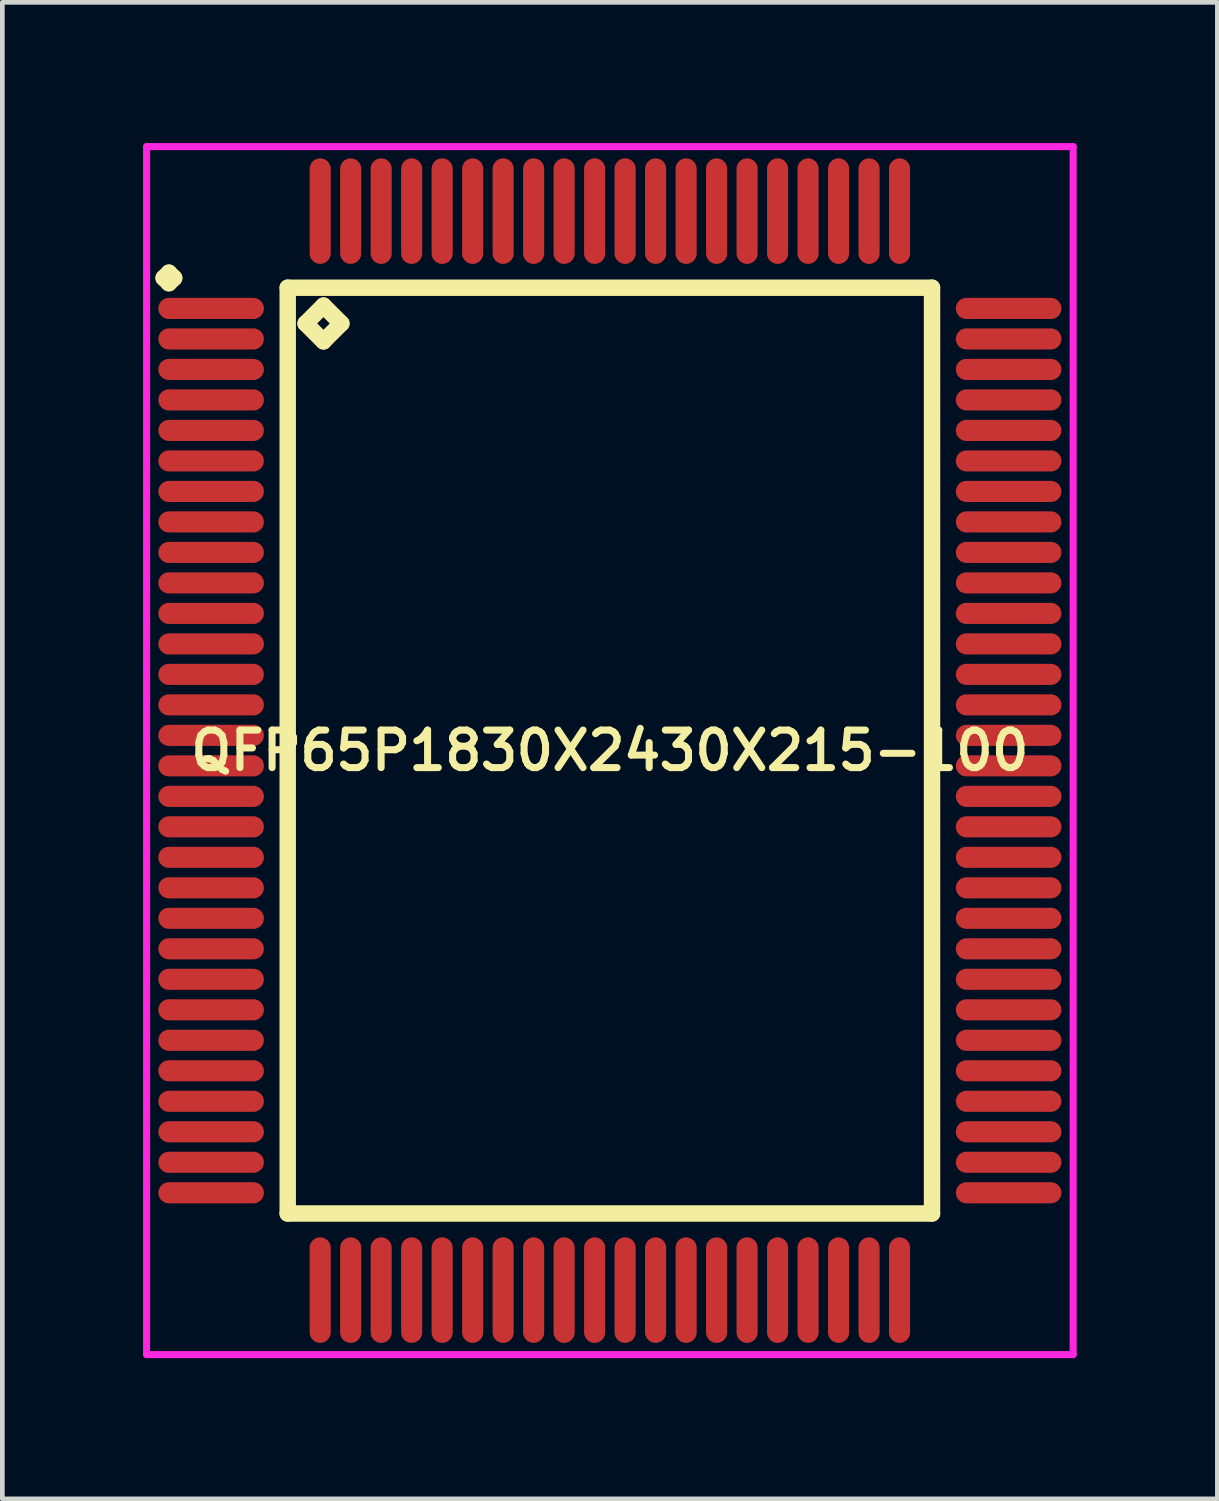
<source format=kicad_pcb>
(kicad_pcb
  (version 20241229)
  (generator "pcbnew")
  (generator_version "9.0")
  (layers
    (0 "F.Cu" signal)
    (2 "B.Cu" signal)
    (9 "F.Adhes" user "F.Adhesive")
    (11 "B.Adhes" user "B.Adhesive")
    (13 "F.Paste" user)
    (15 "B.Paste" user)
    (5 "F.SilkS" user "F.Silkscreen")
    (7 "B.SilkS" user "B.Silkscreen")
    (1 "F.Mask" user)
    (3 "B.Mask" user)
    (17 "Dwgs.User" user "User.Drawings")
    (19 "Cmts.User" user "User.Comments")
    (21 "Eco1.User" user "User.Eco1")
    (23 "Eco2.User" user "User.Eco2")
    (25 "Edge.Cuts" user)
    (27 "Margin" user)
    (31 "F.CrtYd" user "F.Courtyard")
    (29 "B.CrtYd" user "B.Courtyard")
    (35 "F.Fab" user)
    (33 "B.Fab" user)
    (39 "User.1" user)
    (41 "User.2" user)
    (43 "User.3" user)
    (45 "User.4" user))
  (footprint "QFP65P1830X2430X215-100"
    (layer "F.Cu")
    (at 9.95 12.95)
    (property "Reference" "QFP65P1830X2430X215-100" (at 0 0 0) (layer "F.SilkS") (effects (font (size 0.8 0.8) (thickness 0.15))))
    (attr through_hole)
    (fp_line (start -9.512 -10.075) (end -9.4 -10.188) (stroke (width 0.35) (type solid)) (layer "F.SilkS"))
    (fp_line (start -9.4 -10.188) (end -9.287 -10.075) (stroke (width 0.35) (type solid)) (layer "F.SilkS"))
    (fp_line (start -9.4 -9.963) (end -9.512 -10.075) (stroke (width 0.35) (type solid)) (layer "F.SilkS"))
    (fp_line (start -9.287 -10.075) (end -9.4 -9.963) (stroke (width 0.35) (type solid)) (layer "F.SilkS"))
    (fp_line (start -6.867 -9.867) (end -6.867 9.867) (stroke (width 0.35) (type solid)) (layer "F.SilkS"))
    (fp_line (start -6.867 9.867) (end 6.867 9.867) (stroke (width 0.35) (type solid)) (layer "F.SilkS"))
    (fp_line (start -6.486 -9.105) (end -6.105 -9.486) (stroke (width 0.35) (type solid)) (layer "F.SilkS"))
    (fp_line (start -6.105 -9.486) (end -5.724 -9.105) (stroke (width 0.35) (type solid)) (layer "F.SilkS"))
    (fp_line (start -6.105 -8.724) (end -6.486 -9.105) (stroke (width 0.35) (type solid)) (layer "F.SilkS"))
    (fp_line (start -5.724 -9.105) (end -6.105 -8.724) (stroke (width 0.35) (type solid)) (layer "F.SilkS"))
    (fp_line (start 6.867 -9.867) (end -6.867 -9.867) (stroke (width 0.35) (type solid)) (layer "F.SilkS"))
    (fp_line (start 6.867 9.867) (end 6.867 -9.867) (stroke (width 0.35) (type solid)) (layer "F.SilkS"))
    (fp_line (start -9.875 -12.875) (end 9.875 -12.875) (stroke (width 0.15) (type solid)) (layer "F.CrtYd"))
    (fp_line (start -9.875 12.875) (end -9.875 -12.875) (stroke (width 0.15) (type solid)) (layer "F.CrtYd"))
    (fp_line (start 9.875 -12.875) (end 9.875 12.875) (stroke (width 0.15) (type solid)) (layer "F.CrtYd"))
    (fp_line (start 9.875 12.875) (end -9.875 12.875) (stroke (width 0.15) (type solid)) (layer "F.CrtYd"))
    (pad "1" smd oval (at -8.5 -9.425) (size 2.25 0.45) (layers "F.Cu" "F.Mask" "F.Paste"))
    (pad "2" smd oval (at -8.5 -8.775) (size 2.25 0.45) (layers "F.Cu" "F.Mask" "F.Paste"))
    (pad "3" smd oval (at -8.5 -8.125) (size 2.25 0.45) (layers "F.Cu" "F.Mask" "F.Paste"))
    (pad "4" smd oval (at -8.5 -7.475) (size 2.25 0.45) (layers "F.Cu" "F.Mask" "F.Paste"))
    (pad "5" smd oval (at -8.5 -6.825) (size 2.25 0.45) (layers "F.Cu" "F.Mask" "F.Paste"))
    (pad "6" smd oval (at -8.5 -6.175) (size 2.25 0.45) (layers "F.Cu" "F.Mask" "F.Paste"))
    (pad "7" smd oval (at -8.5 -5.525) (size 2.25 0.45) (layers "F.Cu" "F.Mask" "F.Paste"))
    (pad "8" smd oval (at -8.5 -4.875) (size 2.25 0.45) (layers "F.Cu" "F.Mask" "F.Paste"))
    (pad "9" smd oval (at -8.5 -4.225) (size 2.25 0.45) (layers "F.Cu" "F.Mask" "F.Paste"))
    (pad "10" smd oval (at -8.5 -3.575) (size 2.25 0.45) (layers "F.Cu" "F.Mask" "F.Paste"))
    (pad "11" smd oval (at -8.5 -2.925) (size 2.25 0.45) (layers "F.Cu" "F.Mask" "F.Paste"))
    (pad "12" smd oval (at -8.5 -2.275) (size 2.25 0.45) (layers "F.Cu" "F.Mask" "F.Paste"))
    (pad "13" smd oval (at -8.5 -1.625) (size 2.25 0.45) (layers "F.Cu" "F.Mask" "F.Paste"))
    (pad "14" smd oval (at -8.5 -0.975) (size 2.25 0.45) (layers "F.Cu" "F.Mask" "F.Paste"))
    (pad "15" smd oval (at -8.5 -0.325) (size 2.25 0.45) (layers "F.Cu" "F.Mask" "F.Paste"))
    (pad "16" smd oval (at -8.5 0.325) (size 2.25 0.45) (layers "F.Cu" "F.Mask" "F.Paste"))
    (pad "17" smd oval (at -8.5 0.975) (size 2.25 0.45) (layers "F.Cu" "F.Mask" "F.Paste"))
    (pad "18" smd oval (at -8.5 1.625) (size 2.25 0.45) (layers "F.Cu" "F.Mask" "F.Paste"))
    (pad "19" smd oval (at -8.5 2.275) (size 2.25 0.45) (layers "F.Cu" "F.Mask" "F.Paste"))
    (pad "20" smd oval (at -8.5 2.925) (size 2.25 0.45) (layers "F.Cu" "F.Mask" "F.Paste"))
    (pad "21" smd oval (at -8.5 3.575) (size 2.25 0.45) (layers "F.Cu" "F.Mask" "F.Paste"))
    (pad "22" smd oval (at -8.5 4.225) (size 2.25 0.45) (layers "F.Cu" "F.Mask" "F.Paste"))
    (pad "23" smd oval (at -8.5 4.875) (size 2.25 0.45) (layers "F.Cu" "F.Mask" "F.Paste"))
    (pad "24" smd oval (at -8.5 5.525) (size 2.25 0.45) (layers "F.Cu" "F.Mask" "F.Paste"))
    (pad "25" smd oval (at -8.5 6.175) (size 2.25 0.45) (layers "F.Cu" "F.Mask" "F.Paste"))
    (pad "26" smd oval (at -8.5 6.825) (size 2.25 0.45) (layers "F.Cu" "F.Mask" "F.Paste"))
    (pad "27" smd oval (at -8.5 7.475) (size 2.25 0.45) (layers "F.Cu" "F.Mask" "F.Paste"))
    (pad "28" smd oval (at -8.5 8.125) (size 2.25 0.45) (layers "F.Cu" "F.Mask" "F.Paste"))
    (pad "29" smd oval (at -8.5 8.775) (size 2.25 0.45) (layers "F.Cu" "F.Mask" "F.Paste"))
    (pad "30" smd oval (at -8.5 9.425) (size 2.25 0.45) (layers "F.Cu" "F.Mask" "F.Paste"))
    (pad "31" smd oval (at -6.175 11.5) (size 0.45 2.25) (layers "F.Cu" "F.Mask" "F.Paste"))
    (pad "32" smd oval (at -5.525 11.5) (size 0.45 2.25) (layers "F.Cu" "F.Mask" "F.Paste"))
    (pad "33" smd oval (at -4.875 11.5) (size 0.45 2.25) (layers "F.Cu" "F.Mask" "F.Paste"))
    (pad "34" smd oval (at -4.225 11.5) (size 0.45 2.25) (layers "F.Cu" "F.Mask" "F.Paste"))
    (pad "35" smd oval (at -3.575 11.5) (size 0.45 2.25) (layers "F.Cu" "F.Mask" "F.Paste"))
    (pad "36" smd oval (at -2.925 11.5) (size 0.45 2.25) (layers "F.Cu" "F.Mask" "F.Paste"))
    (pad "37" smd oval (at -2.275 11.5) (size 0.45 2.25) (layers "F.Cu" "F.Mask" "F.Paste"))
    (pad "38" smd oval (at -1.625 11.5) (size 0.45 2.25) (layers "F.Cu" "F.Mask" "F.Paste"))
    (pad "39" smd oval (at -0.975 11.5) (size 0.45 2.25) (layers "F.Cu" "F.Mask" "F.Paste"))
    (pad "40" smd oval (at -0.325 11.5) (size 0.45 2.25) (layers "F.Cu" "F.Mask" "F.Paste"))
    (pad "41" smd oval (at 0.325 11.5) (size 0.45 2.25) (layers "F.Cu" "F.Mask" "F.Paste"))
    (pad "42" smd oval (at 0.975 11.5) (size 0.45 2.25) (layers "F.Cu" "F.Mask" "F.Paste"))
    (pad "43" smd oval (at 1.625 11.5) (size 0.45 2.25) (layers "F.Cu" "F.Mask" "F.Paste"))
    (pad "44" smd oval (at 2.275 11.5) (size 0.45 2.25) (layers "F.Cu" "F.Mask" "F.Paste"))
    (pad "45" smd oval (at 2.925 11.5) (size 0.45 2.25) (layers "F.Cu" "F.Mask" "F.Paste"))
    (pad "46" smd oval (at 3.575 11.5) (size 0.45 2.25) (layers "F.Cu" "F.Mask" "F.Paste"))
    (pad "47" smd oval (at 4.225 11.5) (size 0.45 2.25) (layers "F.Cu" "F.Mask" "F.Paste"))
    (pad "48" smd oval (at 4.875 11.5) (size 0.45 2.25) (layers "F.Cu" "F.Mask" "F.Paste"))
    (pad "49" smd oval (at 5.525 11.5) (size 0.45 2.25) (layers "F.Cu" "F.Mask" "F.Paste"))
    (pad "50" smd oval (at 6.175 11.5) (size 0.45 2.25) (layers "F.Cu" "F.Mask" "F.Paste"))
    (pad "51" smd oval (at 8.5 9.425) (size 2.25 0.45) (layers "F.Cu" "F.Mask" "F.Paste"))
    (pad "52" smd oval (at 8.5 8.775) (size 2.25 0.45) (layers "F.Cu" "F.Mask" "F.Paste"))
    (pad "53" smd oval (at 8.5 8.125) (size 2.25 0.45) (layers "F.Cu" "F.Mask" "F.Paste"))
    (pad "54" smd oval (at 8.5 7.475) (size 2.25 0.45) (layers "F.Cu" "F.Mask" "F.Paste"))
    (pad "55" smd oval (at 8.5 6.825) (size 2.25 0.45) (layers "F.Cu" "F.Mask" "F.Paste"))
    (pad "56" smd oval (at 8.5 6.175) (size 2.25 0.45) (layers "F.Cu" "F.Mask" "F.Paste"))
    (pad "57" smd oval (at 8.5 5.525) (size 2.25 0.45) (layers "F.Cu" "F.Mask" "F.Paste"))
    (pad "58" smd oval (at 8.5 4.875) (size 2.25 0.45) (layers "F.Cu" "F.Mask" "F.Paste"))
    (pad "59" smd oval (at 8.5 4.225) (size 2.25 0.45) (layers "F.Cu" "F.Mask" "F.Paste"))
    (pad "60" smd oval (at 8.5 3.575) (size 2.25 0.45) (layers "F.Cu" "F.Mask" "F.Paste"))
    (pad "61" smd oval (at 8.5 2.925) (size 2.25 0.45) (layers "F.Cu" "F.Mask" "F.Paste"))
    (pad "62" smd oval (at 8.5 2.275) (size 2.25 0.45) (layers "F.Cu" "F.Mask" "F.Paste"))
    (pad "63" smd oval (at 8.5 1.625) (size 2.25 0.45) (layers "F.Cu" "F.Mask" "F.Paste"))
    (pad "64" smd oval (at 8.5 0.975) (size 2.25 0.45) (layers "F.Cu" "F.Mask" "F.Paste"))
    (pad "65" smd oval (at 8.5 0.325) (size 2.25 0.45) (layers "F.Cu" "F.Mask" "F.Paste"))
    (pad "66" smd oval (at 8.5 -0.325) (size 2.25 0.45) (layers "F.Cu" "F.Mask" "F.Paste"))
    (pad "67" smd oval (at 8.5 -0.975) (size 2.25 0.45) (layers "F.Cu" "F.Mask" "F.Paste"))
    (pad "68" smd oval (at 8.5 -1.625) (size 2.25 0.45) (layers "F.Cu" "F.Mask" "F.Paste"))
    (pad "69" smd oval (at 8.5 -2.275) (size 2.25 0.45) (layers "F.Cu" "F.Mask" "F.Paste"))
    (pad "70" smd oval (at 8.5 -2.925) (size 2.25 0.45) (layers "F.Cu" "F.Mask" "F.Paste"))
    (pad "71" smd oval (at 8.5 -3.575) (size 2.25 0.45) (layers "F.Cu" "F.Mask" "F.Paste"))
    (pad "72" smd oval (at 8.5 -4.225) (size 2.25 0.45) (layers "F.Cu" "F.Mask" "F.Paste"))
    (pad "73" smd oval (at 8.5 -4.875) (size 2.25 0.45) (layers "F.Cu" "F.Mask" "F.Paste"))
    (pad "74" smd oval (at 8.5 -5.525) (size 2.25 0.45) (layers "F.Cu" "F.Mask" "F.Paste"))
    (pad "75" smd oval (at 8.5 -6.175) (size 2.25 0.45) (layers "F.Cu" "F.Mask" "F.Paste"))
    (pad "76" smd oval (at 8.5 -6.825) (size 2.25 0.45) (layers "F.Cu" "F.Mask" "F.Paste"))
    (pad "77" smd oval (at 8.5 -7.475) (size 2.25 0.45) (layers "F.Cu" "F.Mask" "F.Paste"))
    (pad "78" smd oval (at 8.5 -8.125) (size 2.25 0.45) (layers "F.Cu" "F.Mask" "F.Paste"))
    (pad "79" smd oval (at 8.5 -8.775) (size 2.25 0.45) (layers "F.Cu" "F.Mask" "F.Paste"))
    (pad "80" smd oval (at 8.5 -9.425) (size 2.25 0.45) (layers "F.Cu" "F.Mask" "F.Paste"))
    (pad "81" smd oval (at 6.175 -11.5) (size 0.45 2.25) (layers "F.Cu" "F.Mask" "F.Paste"))
    (pad "82" smd oval (at 5.525 -11.5) (size 0.45 2.25) (layers "F.Cu" "F.Mask" "F.Paste"))
    (pad "83" smd oval (at 4.875 -11.5) (size 0.45 2.25) (layers "F.Cu" "F.Mask" "F.Paste"))
    (pad "84" smd oval (at 4.225 -11.5) (size 0.45 2.25) (layers "F.Cu" "F.Mask" "F.Paste"))
    (pad "85" smd oval (at 3.575 -11.5) (size 0.45 2.25) (layers "F.Cu" "F.Mask" "F.Paste"))
    (pad "86" smd oval (at 2.925 -11.5) (size 0.45 2.25) (layers "F.Cu" "F.Mask" "F.Paste"))
    (pad "87" smd oval (at 2.275 -11.5) (size 0.45 2.25) (layers "F.Cu" "F.Mask" "F.Paste"))
    (pad "88" smd oval (at 1.625 -11.5) (size 0.45 2.25) (layers "F.Cu" "F.Mask" "F.Paste"))
    (pad "89" smd oval (at 0.975 -11.5) (size 0.45 2.25) (layers "F.Cu" "F.Mask" "F.Paste"))
    (pad "90" smd oval (at 0.325 -11.5) (size 0.45 2.25) (layers "F.Cu" "F.Mask" "F.Paste"))
    (pad "91" smd oval (at -0.325 -11.5) (size 0.45 2.25) (layers "F.Cu" "F.Mask" "F.Paste"))
    (pad "92" smd oval (at -0.975 -11.5) (size 0.45 2.25) (layers "F.Cu" "F.Mask" "F.Paste"))
    (pad "93" smd oval (at -1.625 -11.5) (size 0.45 2.25) (layers "F.Cu" "F.Mask" "F.Paste"))
    (pad "94" smd oval (at -2.275 -11.5) (size 0.45 2.25) (layers "F.Cu" "F.Mask" "F.Paste"))
    (pad "95" smd oval (at -2.925 -11.5) (size 0.45 2.25) (layers "F.Cu" "F.Mask" "F.Paste"))
    (pad "96" smd oval (at -3.575 -11.5) (size 0.45 2.25) (layers "F.Cu" "F.Mask" "F.Paste"))
    (pad "97" smd oval (at -4.225 -11.5) (size 0.45 2.25) (layers "F.Cu" "F.Mask" "F.Paste"))
    (pad "98" smd oval (at -4.875 -11.5) (size 0.45 2.25) (layers "F.Cu" "F.Mask" "F.Paste"))
    (pad "99" smd oval (at -5.525 -11.5) (size 0.45 2.25) (layers "F.Cu" "F.Mask" "F.Paste"))
    (pad "100" smd oval (at -6.175 -11.5) (size 0.45 2.25) (layers "F.Cu" "F.Mask" "F.Paste")))
  (gr_rect
    (start -3 -3)
    (end 22.9 28.9)
    (stroke (width 0.1) (type default))
    (fill no)
    (layer "Edge.Cuts")))
</source>
